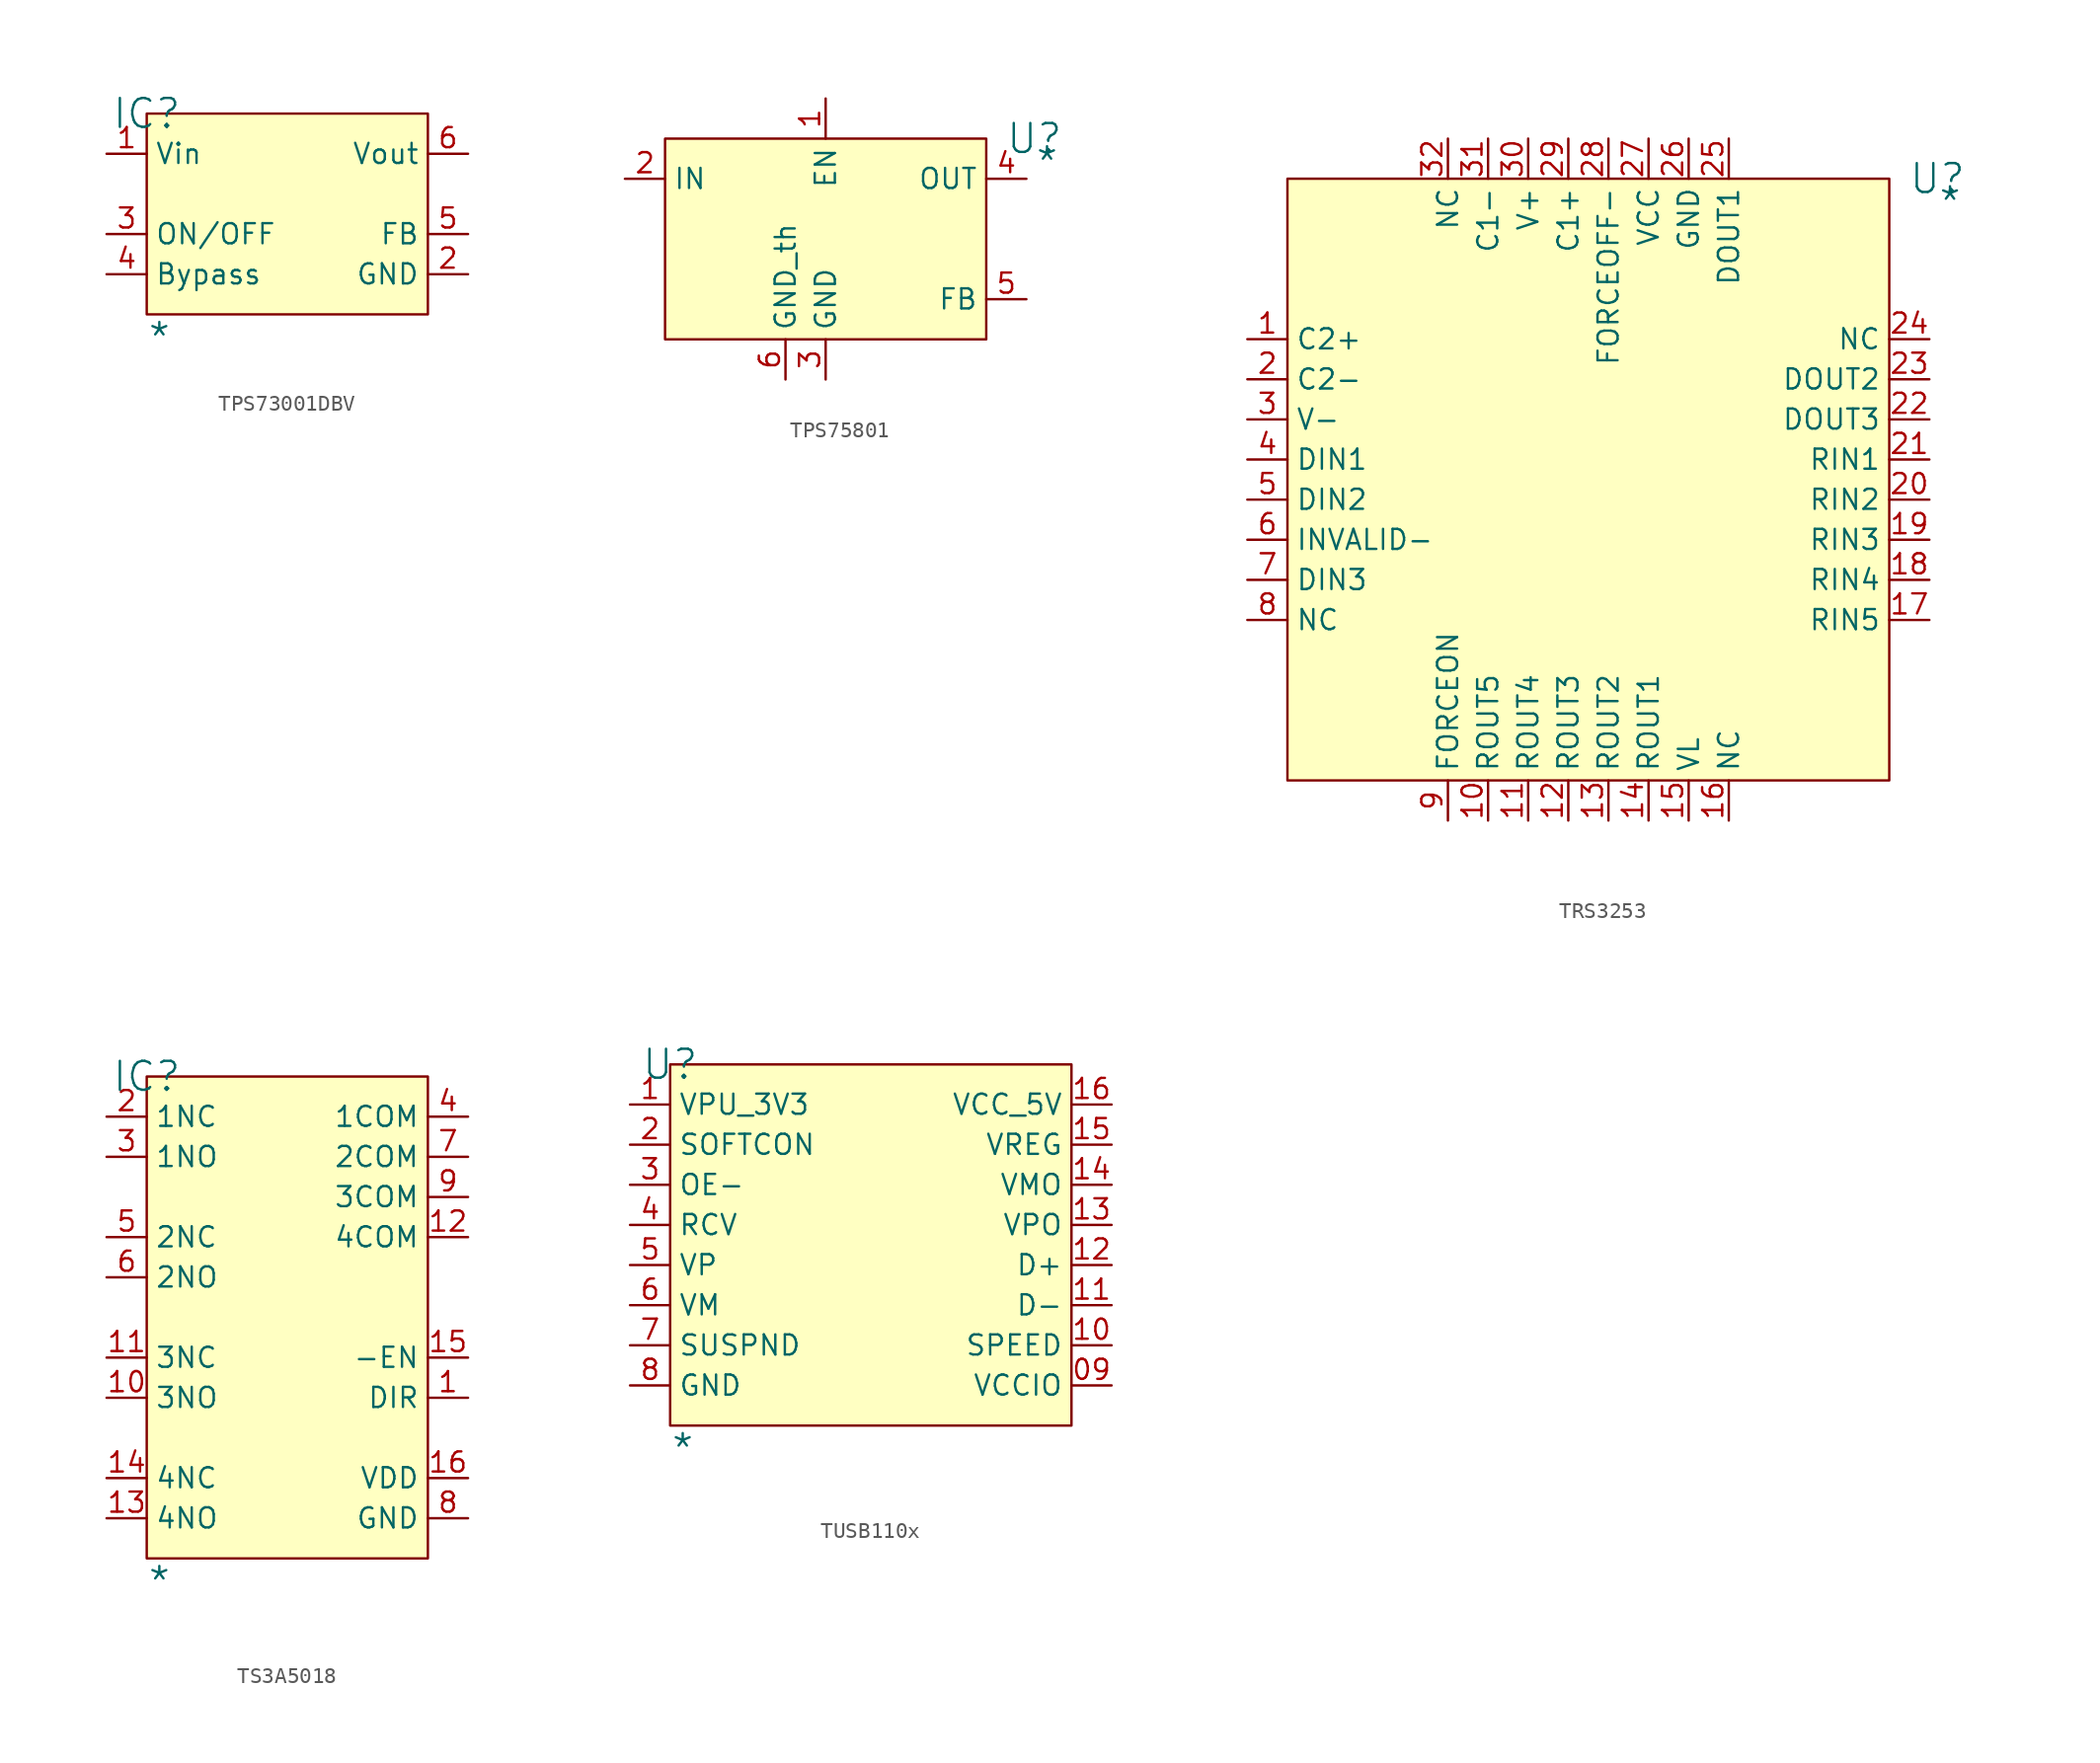
<source format=kicad_sym>
(kicad_symbol_lib
  (version 20241209)
  (generator "kicad_symbol_editor")
  (generator_version "9.0")
  (symbol "TPS73001DBV"
    (property "Reference" "IC"
      (at 0 0 0)
      (effects (font (size 1.829 1.829))))
    (property "Value" "*"
      (at 0 -15.24 0)
      (effects (font (size 1.829 1.829)) (justify left bottom)))
    (symbol "TPS73001DBV_1_0"
      (rectangle (start 17.78 0) (end 0 -12.7) (stroke (width 0) (type solid) (color 128 0 0 1)) (fill (type background)))
      (pin passive line (at -2.54 -2.54 0) (length 2.54) (name "Vin" (effects (font (size 1.27 1.27)))) (number "1" (effects (font (size 1.27 1.27)))))
      (pin passive line (at -2.54 -7.62 0) (length 2.54) (name "ON/OFF" (effects (font (size 1.27 1.27)))) (number "3" (effects (font (size 1.27 1.27)))))
      (pin passive line (at -2.54 -10.16 0) (length 2.54) (name "Bypass" (effects (font (size 1.27 1.27)))) (number "4" (effects (font (size 1.27 1.27)))))
      (pin passive line (at 20.32 -2.54 180) (length 2.54) (name "Vout" (effects (font (size 1.27 1.27)))) (number "6" (effects (font (size 1.27 1.27)))))
      (pin passive line (at 20.32 -7.62 180) (length 2.54) (name "FB" (effects (font (size 1.27 1.27)))) (number "5" (effects (font (size 1.27 1.27)))))
      (pin passive line (at 20.32 -10.16 180) (length 2.54) (name "GND" (effects (font (size 1.27 1.27)))) (number "2" (effects (font (size 1.27 1.27)))))))
  (symbol "TPS75801"
    (property "Reference" "U"
      (at 23.368 0 0)
      (effects (font (size 1.829 1.829))))
    (property "Value" "*"
      (at 23.368 -2.54 0)
      (effects (font (size 1.829 1.829)) (justify left bottom)))
    (symbol "TPS75801_1_0"
      (rectangle (start 20.32 0) (end 0 -12.7) (stroke (width 0) (type solid) (color 128 0 0 1)) (fill (type background)))
      (pin passive line (at -2.54 -2.54 0) (length 2.54) (name "IN" (effects (font (size 1.27 1.27)))) (number "2" (effects (font (size 1.27 1.27)))))
      (pin passive line (at 7.62 -15.24 90) (length 2.54) (name "GND_th" (effects (font (size 1.27 1.27)))) (number "6" (effects (font (size 1.27 1.27)))))
      (pin passive line (at 10.16 2.54 270) (length 2.54) (name "EN" (effects (font (size 1.27 1.27)))) (number "1" (effects (font (size 1.27 1.27)))))
      (pin passive line (at 10.16 -15.24 90) (length 2.54) (name "GND" (effects (font (size 1.27 1.27)))) (number "3" (effects (font (size 1.27 1.27)))))
      (pin passive line (at 22.86 -2.54 180) (length 2.54) (name "OUT" (effects (font (size 1.27 1.27)))) (number "4" (effects (font (size 1.27 1.27)))))
      (pin passive line (at 22.86 -10.16 180) (length 2.54) (name "FB" (effects (font (size 1.27 1.27)))) (number "5" (effects (font (size 1.27 1.27)))))))
  (symbol "TRS3253"
    (property "Reference" "U"
      (at 41.148 0 0)
      (effects (font (size 1.829 1.829))))
    (property "Value" "*"
      (at 41.148 -2.54 0)
      (effects (font (size 1.829 1.829)) (justify left bottom)))
    (symbol "TRS3253_1_0"
      (rectangle (start 38.1 0) (end 0 -38.1) (stroke (width 0) (type solid) (color 128 0 0 1)) (fill (type background)))
      (pin passive line (at -2.54 -10.16 0) (length 2.54) (name "C2+" (effects (font (size 1.27 1.27)))) (number "1" (effects (font (size 1.27 1.27)))))
      (pin passive line (at -2.54 -12.7 0) (length 2.54) (name "C2-" (effects (font (size 1.27 1.27)))) (number "2" (effects (font (size 1.27 1.27)))))
      (pin passive line (at -2.54 -15.24 0) (length 2.54) (name "V-" (effects (font (size 1.27 1.27)))) (number "3" (effects (font (size 1.27 1.27)))))
      (pin passive line (at -2.54 -17.78 0) (length 2.54) (name "DIN1" (effects (font (size 1.27 1.27)))) (number "4" (effects (font (size 1.27 1.27)))))
      (pin passive line (at -2.54 -20.32 0) (length 2.54) (name "DIN2" (effects (font (size 1.27 1.27)))) (number "5" (effects (font (size 1.27 1.27)))))
      (pin passive line (at -2.54 -22.86 0) (length 2.54) (name "INVALID-" (effects (font (size 1.27 1.27)))) (number "6" (effects (font (size 1.27 1.27)))))
      (pin passive line (at -2.54 -25.4 0) (length 2.54) (name "DIN3" (effects (font (size 1.27 1.27)))) (number "7" (effects (font (size 1.27 1.27)))))
      (pin passive line (at -2.54 -27.94 0) (length 2.54) (name "NC" (effects (font (size 1.27 1.27)))) (number "8" (effects (font (size 1.27 1.27)))))
      (pin passive line (at 10.16 2.54 270) (length 2.54) (name "NC" (effects (font (size 1.27 1.27)))) (number "32" (effects (font (size 1.27 1.27)))))
      (pin passive line (at 10.16 -40.64 90) (length 2.54) (name "FORCEON" (effects (font (size 1.27 1.27)))) (number "9" (effects (font (size 1.27 1.27)))))
      (pin passive line (at 12.7 2.54 270) (length 2.54) (name "C1-" (effects (font (size 1.27 1.27)))) (number "31" (effects (font (size 1.27 1.27)))))
      (pin passive line (at 12.7 -40.64 90) (length 2.54) (name "ROUT5" (effects (font (size 1.27 1.27)))) (number "10" (effects (font (size 1.27 1.27)))))
      (pin passive line (at 15.24 2.54 270) (length 2.54) (name "V+" (effects (font (size 1.27 1.27)))) (number "30" (effects (font (size 1.27 1.27)))))
      (pin passive line (at 15.24 -40.64 90) (length 2.54) (name "ROUT4" (effects (font (size 1.27 1.27)))) (number "11" (effects (font (size 1.27 1.27)))))
      (pin passive line (at 17.78 2.54 270) (length 2.54) (name "C1+" (effects (font (size 1.27 1.27)))) (number "29" (effects (font (size 1.27 1.27)))))
      (pin passive line (at 17.78 -40.64 90) (length 2.54) (name "ROUT3" (effects (font (size 1.27 1.27)))) (number "12" (effects (font (size 1.27 1.27)))))
      (pin passive line (at 20.32 2.54 270) (length 2.54) (name "FORCEOFF-" (effects (font (size 1.27 1.27)))) (number "28" (effects (font (size 1.27 1.27)))))
      (pin passive line (at 20.32 -40.64 90) (length 2.54) (name "ROUT2" (effects (font (size 1.27 1.27)))) (number "13" (effects (font (size 1.27 1.27)))))
      (pin passive line (at 22.86 2.54 270) (length 2.54) (name "VCC" (effects (font (size 1.27 1.27)))) (number "27" (effects (font (size 1.27 1.27)))))
      (pin passive line (at 22.86 -40.64 90) (length 2.54) (name "ROUT1" (effects (font (size 1.27 1.27)))) (number "14" (effects (font (size 1.27 1.27)))))
      (pin passive line (at 25.4 2.54 270) (length 2.54) (name "GND" (effects (font (size 1.27 1.27)))) (number "26" (effects (font (size 1.27 1.27)))))
      (pin passive line (at 25.4 -40.64 90) (length 2.54) (name "VL" (effects (font (size 1.27 1.27)))) (number "15" (effects (font (size 1.27 1.27)))))
      (pin passive line (at 27.94 2.54 270) (length 2.54) (name "DOUT1" (effects (font (size 1.27 1.27)))) (number "25" (effects (font (size 1.27 1.27)))))
      (pin passive line (at 27.94 -40.64 90) (length 2.54) (name "NC" (effects (font (size 1.27 1.27)))) (number "16" (effects (font (size 1.27 1.27)))))
      (pin passive line (at 40.64 -10.16 180) (length 2.54) (name "NC" (effects (font (size 1.27 1.27)))) (number "24" (effects (font (size 1.27 1.27)))))
      (pin passive line (at 40.64 -12.7 180) (length 2.54) (name "DOUT2" (effects (font (size 1.27 1.27)))) (number "23" (effects (font (size 1.27 1.27)))))
      (pin passive line (at 40.64 -15.24 180) (length 2.54) (name "DOUT3" (effects (font (size 1.27 1.27)))) (number "22" (effects (font (size 1.27 1.27)))))
      (pin passive line (at 40.64 -17.78 180) (length 2.54) (name "RIN1" (effects (font (size 1.27 1.27)))) (number "21" (effects (font (size 1.27 1.27)))))
      (pin passive line (at 40.64 -20.32 180) (length 2.54) (name "RIN2" (effects (font (size 1.27 1.27)))) (number "20" (effects (font (size 1.27 1.27)))))
      (pin passive line (at 40.64 -22.86 180) (length 2.54) (name "RIN3" (effects (font (size 1.27 1.27)))) (number "19" (effects (font (size 1.27 1.27)))))
      (pin passive line (at 40.64 -25.4 180) (length 2.54) (name "RIN4" (effects (font (size 1.27 1.27)))) (number "18" (effects (font (size 1.27 1.27)))))
      (pin passive line (at 40.64 -27.94 180) (length 2.54) (name "RIN5" (effects (font (size 1.27 1.27)))) (number "17" (effects (font (size 1.27 1.27)))))))
  (symbol "TS3A5018"
    (property "Reference" "IC"
      (at 0 0 0)
      (effects (font (size 1.829 1.829))))
    (property "Value" "*"
      (at 0 -33.02 0)
      (effects (font (size 1.829 1.829)) (justify left bottom)))
    (symbol "TS3A5018_1_0"
      (rectangle (start 17.78 0) (end 0 -30.48) (stroke (width 0) (type solid) (color 128 0 0 1)) (fill (type background)))
      (pin passive line (at -2.54 -2.54 0) (length 2.54) (name "1NC" (effects (font (size 1.27 1.27)))) (number "2" (effects (font (size 1.27 1.27)))))
      (pin passive line (at -2.54 -5.08 0) (length 2.54) (name "1NO" (effects (font (size 1.27 1.27)))) (number "3" (effects (font (size 1.27 1.27)))))
      (pin passive line (at -2.54 -10.16 0) (length 2.54) (name "2NC" (effects (font (size 1.27 1.27)))) (number "5" (effects (font (size 1.27 1.27)))))
      (pin passive line (at -2.54 -12.7 0) (length 2.54) (name "2NO" (effects (font (size 1.27 1.27)))) (number "6" (effects (font (size 1.27 1.27)))))
      (pin passive line (at -2.54 -17.78 0) (length 2.54) (name "3NC" (effects (font (size 1.27 1.27)))) (number "11" (effects (font (size 1.27 1.27)))))
      (pin passive line (at -2.54 -20.32 0) (length 2.54) (name "3NO" (effects (font (size 1.27 1.27)))) (number "10" (effects (font (size 1.27 1.27)))))
      (pin passive line (at -2.54 -25.4 0) (length 2.54) (name "4NC" (effects (font (size 1.27 1.27)))) (number "14" (effects (font (size 1.27 1.27)))))
      (pin passive line (at -2.54 -27.94 0) (length 2.54) (name "4NO" (effects (font (size 1.27 1.27)))) (number "13" (effects (font (size 1.27 1.27)))))
      (pin passive line (at 20.32 -2.54 180) (length 2.54) (name "1COM" (effects (font (size 1.27 1.27)))) (number "4" (effects (font (size 1.27 1.27)))))
      (pin passive line (at 20.32 -5.08 180) (length 2.54) (name "2COM" (effects (font (size 1.27 1.27)))) (number "7" (effects (font (size 1.27 1.27)))))
      (pin passive line (at 20.32 -7.62 180) (length 2.54) (name "3COM" (effects (font (size 1.27 1.27)))) (number "9" (effects (font (size 1.27 1.27)))))
      (pin passive line (at 20.32 -10.16 180) (length 2.54) (name "4COM" (effects (font (size 1.27 1.27)))) (number "12" (effects (font (size 1.27 1.27)))))
      (pin passive line (at 20.32 -17.78 180) (length 2.54) (name "-EN" (effects (font (size 1.27 1.27)))) (number "15" (effects (font (size 1.27 1.27)))))
      (pin passive line (at 20.32 -20.32 180) (length 2.54) (name "DIR" (effects (font (size 1.27 1.27)))) (number "1" (effects (font (size 1.27 1.27)))))
      (pin passive line (at 20.32 -25.4 180) (length 2.54) (name "VDD" (effects (font (size 1.27 1.27)))) (number "16" (effects (font (size 1.27 1.27)))))
      (pin passive line (at 20.32 -27.94 180) (length 2.54) (name "GND" (effects (font (size 1.27 1.27)))) (number "8" (effects (font (size 1.27 1.27)))))))
  (symbol "TUSB110x"
    (property "Reference" "U"
      (at 0 0 0)
      (effects (font (size 1.829 1.829))))
    (property "Value" "*"
      (at 0 -25.4 0)
      (effects (font (size 1.829 1.829)) (justify left bottom)))
    (symbol "TUSB110x_1_0"
      (rectangle (start 25.4 0) (end 0 -22.86) (stroke (width 0) (type solid) (color 128 0 0 1)) (fill (type background)))
      (pin passive line (at -2.54 -2.54 0) (length 2.54) (name "VPU_3V3" (effects (font (size 1.27 1.27)))) (number "1" (effects (font (size 1.27 1.27)))))
      (pin passive line (at -2.54 -5.08 0) (length 2.54) (name "SOFTCON" (effects (font (size 1.27 1.27)))) (number "2" (effects (font (size 1.27 1.27)))))
      (pin passive line (at -2.54 -7.62 0) (length 2.54) (name "OE-" (effects (font (size 1.27 1.27)))) (number "3" (effects (font (size 1.27 1.27)))))
      (pin passive line (at -2.54 -10.16 0) (length 2.54) (name "RCV" (effects (font (size 1.27 1.27)))) (number "4" (effects (font (size 1.27 1.27)))))
      (pin passive line (at -2.54 -12.7 0) (length 2.54) (name "VP" (effects (font (size 1.27 1.27)))) (number "5" (effects (font (size 1.27 1.27)))))
      (pin passive line (at -2.54 -15.24 0) (length 2.54) (name "VM" (effects (font (size 1.27 1.27)))) (number "6" (effects (font (size 1.27 1.27)))))
      (pin passive line (at -2.54 -17.78 0) (length 2.54) (name "SUSPND" (effects (font (size 1.27 1.27)))) (number "7" (effects (font (size 1.27 1.27)))))
      (pin passive line (at -2.54 -20.32 0) (length 2.54) (name "GND" (effects (font (size 1.27 1.27)))) (number "8" (effects (font (size 1.27 1.27)))))
      (pin passive line (at 27.94 -2.54 180) (length 2.54) (name "VCC_5V" (effects (font (size 1.27 1.27)))) (number "16" (effects (font (size 1.27 1.27)))))
      (pin passive line (at 27.94 -5.08 180) (length 2.54) (name "VREG" (effects (font (size 1.27 1.27)))) (number "15" (effects (font (size 1.27 1.27)))))
      (pin passive line (at 27.94 -7.62 180) (length 2.54) (name "VMO" (effects (font (size 1.27 1.27)))) (number "14" (effects (font (size 1.27 1.27)))))
      (pin passive line (at 27.94 -10.16 180) (length 2.54) (name "VPO" (effects (font (size 1.27 1.27)))) (number "13" (effects (font (size 1.27 1.27)))))
      (pin passive line (at 27.94 -12.7 180) (length 2.54) (name "D+" (effects (font (size 1.27 1.27)))) (number "12" (effects (font (size 1.27 1.27)))))
      (pin passive line (at 27.94 -15.24 180) (length 2.54) (name "D-" (effects (font (size 1.27 1.27)))) (number "11" (effects (font (size 1.27 1.27)))))
      (pin passive line (at 27.94 -17.78 180) (length 2.54) (name "SPEED" (effects (font (size 1.27 1.27)))) (number "10" (effects (font (size 1.27 1.27)))))
      (pin passive line (at 27.94 -20.32 180) (length 2.54) (name "VCCIO" (effects (font (size 1.27 1.27)))) (number "09" (effects (font (size 1.27 1.27))))))))
</source>
